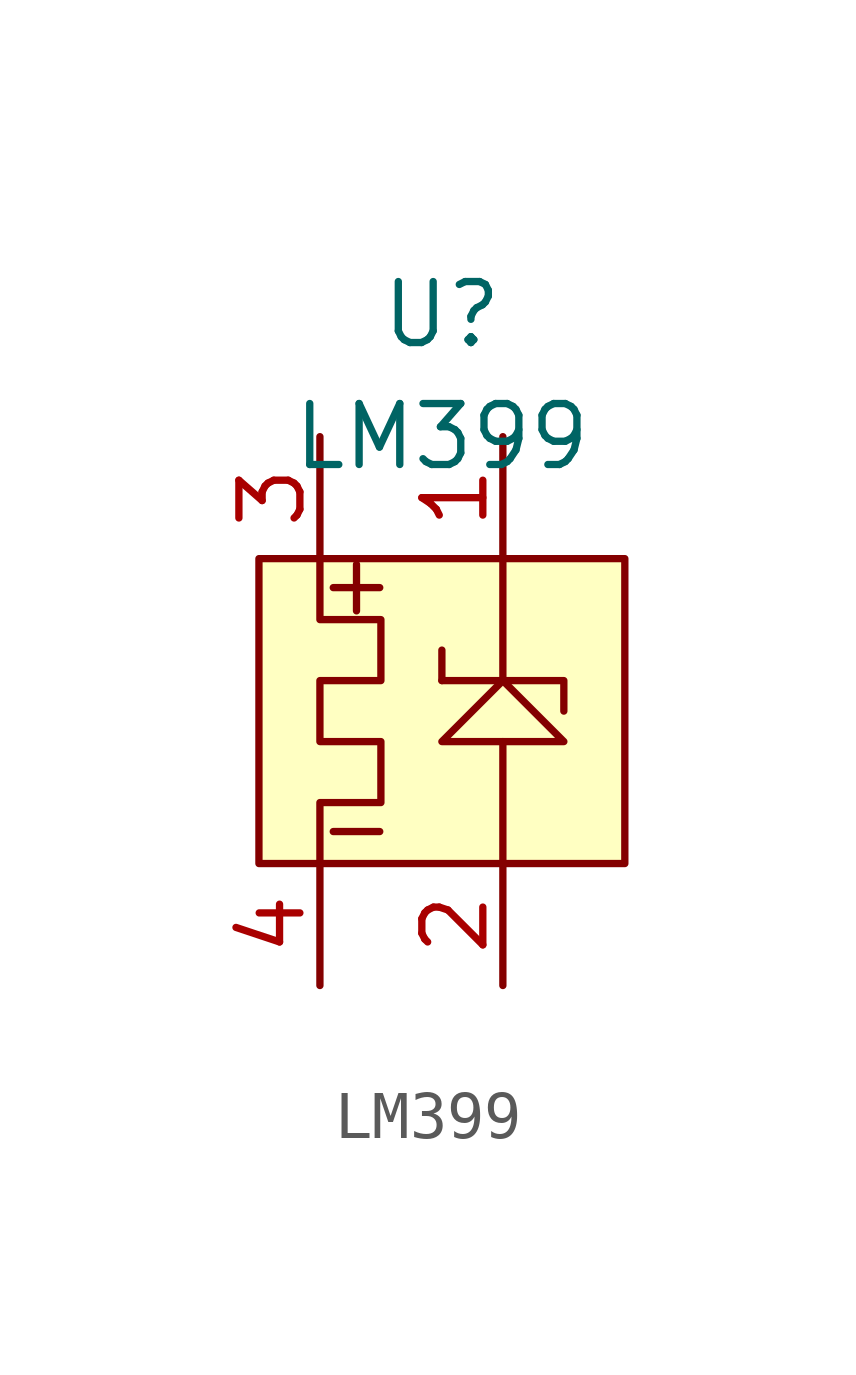
<source format=kicad_sym>
(kicad_symbol_lib
  (version 20211014)
  (generator kicad_symbol_editor)
  (symbol "LM399"
    (pin_names hide)
    (property "Reference" "U"
      (at 0 5.08 0)
      (effects (font (size 1.27 1.27))))
    (property "Value" "LM399"
      (at 0 2.54 0)
      (effects (font (size 1.27 1.27))))
    (symbol "LM399_0_0"
      (text "+" (at -1.778 -0.508 0) (effects (font (size 1.27 1.27))))
      (text "-" (at -1.778 -5.588 0) (effects (font (size 1.27 1.27)))))
    (symbol "LM399_0_1"
      (rectangle (start -3.81 0) (end 3.81 -6.35) (stroke (width 0) (type default) (color 0 0 0 0)) (fill (type background)))
      (polyline (pts (xy 0 -2.54) (xy 0 -1.905)) (stroke (width 0) (type default) (color 0 0 0 0)) (fill (type none)))
      (polyline (pts (xy 1.27 -3.81) (xy 1.27 -6.35)) (stroke (width 0) (type default) (color 0 0 0 0)) (fill (type none)))
      (polyline (pts (xy 0 -2.54) (xy 2.54 -2.54) (xy 2.54 -3.175)) (stroke (width 0) (type default) (color 0 0 0 0)) (fill (type none)))
      (polyline (pts (xy 1.27 -2.54) (xy 1.27 0) (xy 1.27 -2.54)) (stroke (width 0) (type default) (color 0 0 0 0)) (fill (type none)))
      (polyline (pts (xy 1.27 -2.54) (xy 0 -3.81) (xy 2.54 -3.81) (xy 1.27 -2.54)) (stroke (width 0) (type default) (color 0 0 0 0)) (fill (type none)))
      (polyline (pts (xy -2.54 0) (xy -2.54 -1.27) (xy -1.27 -1.27) (xy -1.27 -2.54) (xy -2.54 -2.54) (xy -2.54 -3.81) (xy -1.27 -3.81) (xy -1.27 -5.08) (xy -2.54 -5.08) (xy -2.54 -6.35)) (stroke (width 0) (type default) (color 0 0 0 0)) (fill (type none))))
    (symbol "LM399_1_1"
      (pin passive line (at 1.27 2.54 270) (length 2.54) (name "N" (effects (font (size 1.27 1.27)))) (number "1" (effects (font (size 1.27 1.27)))))
      (pin passive line (at 1.27 -8.89 90) (length 2.54) (name "P" (effects (font (size 1.27 1.27)))) (number "2" (effects (font (size 1.27 1.27)))))
      (pin passive line (at -2.54 2.54 270) (length 2.54) (name "+" (effects (font (size 1.27 1.27)))) (number "3" (effects (font (size 1.27 1.27)))))
      (pin passive line (at -2.54 -8.89 90) (length 2.54) (name "-" (effects (font (size 1.27 1.27)))) (number "4" (effects (font (size 1.27 1.27))))))))
</source>
